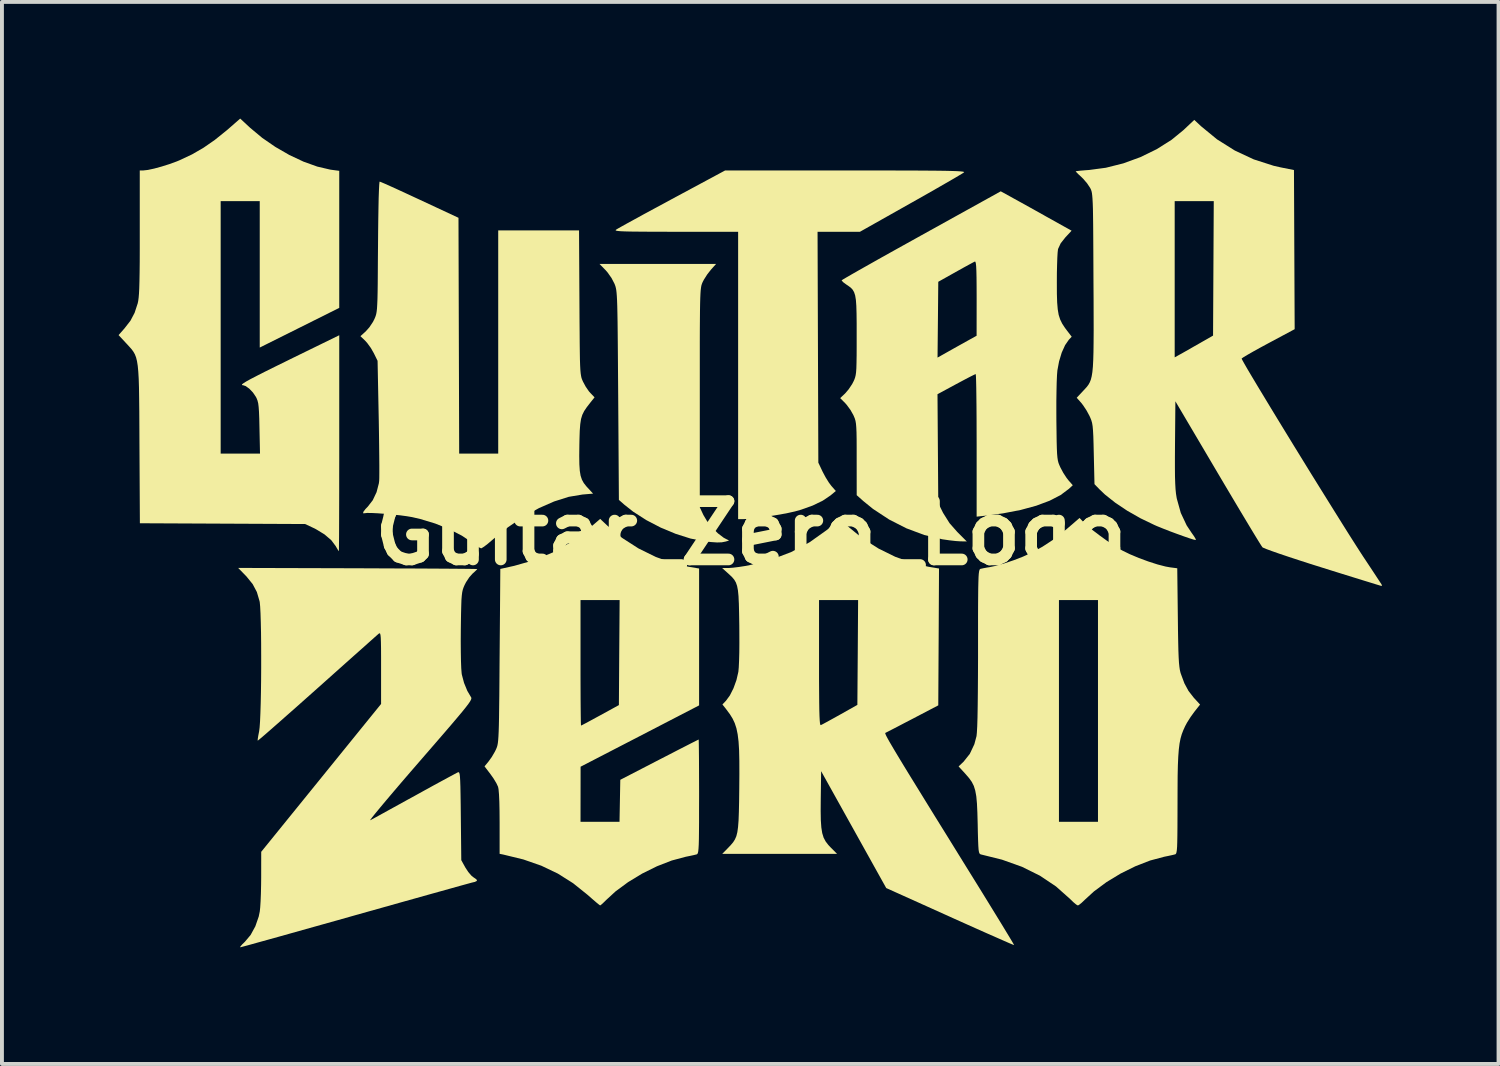
<source format=kicad_pcb>
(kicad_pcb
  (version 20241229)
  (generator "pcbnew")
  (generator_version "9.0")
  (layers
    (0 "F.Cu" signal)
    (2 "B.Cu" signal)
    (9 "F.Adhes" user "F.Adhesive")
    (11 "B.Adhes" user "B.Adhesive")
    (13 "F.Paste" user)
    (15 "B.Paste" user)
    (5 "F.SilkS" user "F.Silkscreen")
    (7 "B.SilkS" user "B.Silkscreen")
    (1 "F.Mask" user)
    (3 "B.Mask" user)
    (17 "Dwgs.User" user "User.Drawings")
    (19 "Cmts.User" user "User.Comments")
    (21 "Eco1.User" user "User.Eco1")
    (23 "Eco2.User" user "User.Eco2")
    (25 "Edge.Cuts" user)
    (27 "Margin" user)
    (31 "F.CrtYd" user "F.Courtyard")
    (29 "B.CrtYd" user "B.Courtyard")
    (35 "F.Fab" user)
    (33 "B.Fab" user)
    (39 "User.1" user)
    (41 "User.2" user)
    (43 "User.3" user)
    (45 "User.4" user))
  (footprint "Guitar_Zero_Logo"
    (layer "F.Cu")
    (at 16.259 10.662)
    (property "Reference" "Guitar_Zero_Logo" (at 0 0 0) (layer "F.SilkS") (effects (font (size 1.5 1.5) (thickness 0.3))))
    (attr board_only exclude_from_pos_files exclude_from_bom)
    (fp_poly (pts (xy -1.022 -6.776) (xy -1.117 -6.655) (xy -1.204 -6.518) (xy -1.233 -6.462) (xy -1.247 -6.431) (xy -1.259 -6.398) (xy -1.27 -6.36) (xy -1.278 -6.31) (xy -1.286 -6.245) (xy -1.292 -6.158) (xy -1.297 -6.046) (xy -1.301 -5.903) (xy -1.304 -5.724) (xy -1.306 -5.504) (xy -1.308 -5.238) (xy -1.309 -4.922) (xy -1.309 -4.551) (xy -1.309 -4.118) (xy -1.309 -3.621) (xy -1.309 -3.48) (xy -1.309 -0.664) (xy -1.217 -0.466) (xy -1.121 -0.305) (xy -0.989 -0.14) (xy -0.841 0.008) (xy -0.698 0.117) (xy -0.669 0.133) (xy -0.556 0.192) (xy -0.646 0.218) (xy -0.743 0.237) (xy -0.865 0.241) (xy -1.026 0.23) (xy -1.191 0.211) (xy -1.549 0.14) (xy -1.93 0.019) (xy -2.316 -0.142) (xy -2.687 -0.335) (xy -3.024 -0.552) (xy -3.247 -0.728) (xy -3.39 -0.853) (xy -3.408 -3.539) (xy -3.412 -4.041) (xy -3.415 -4.477) (xy -3.418 -4.852) (xy -3.421 -5.17) (xy -3.424 -5.437) (xy -3.428 -5.658) (xy -3.432 -5.839) (xy -3.437 -5.983) (xy -3.443 -6.097) (xy -3.45 -6.185) (xy -3.458 -6.253) (xy -3.468 -6.305) (xy -3.479 -6.348) (xy -3.492 -6.385) (xy -3.506 -6.419) (xy -3.58 -6.561) (xy -3.681 -6.704) (xy -3.738 -6.769) (xy -3.89 -6.924) (xy -2.389 -6.924) (xy -0.889 -6.924)) (stroke (width 0) (type solid)) (fill yes) (layer "F.SilkS"))
    (fp_poly (pts (xy 2.993 -9.328) (xy 3.476 -9.327) (xy 3.895 -9.326) (xy 4.255 -9.325) (xy 4.56 -9.323) (xy 4.813 -9.321) (xy 5.019 -9.318) (xy 5.182 -9.314) (xy 5.306 -9.31) (xy 5.394 -9.304) (xy 5.452 -9.298) (xy 5.483 -9.291) (xy 5.49 -9.282) (xy 5.488 -9.279) (xy 5.446 -9.251) (xy 5.348 -9.192) (xy 5.202 -9.106) (xy 5.013 -8.997) (xy 4.789 -8.868) (xy 4.537 -8.724) (xy 4.263 -8.569) (xy 4.121 -8.489) (xy 2.808 -7.749) (xy 2.264 -7.749) (xy 1.72 -7.749) (xy 1.73 -4.78) (xy 1.74 -1.812) (xy 1.851 -1.577) (xy 1.926 -1.436) (xy 2.009 -1.302) (xy 2.076 -1.212) (xy 2.19 -1.083) (xy 2.055 -0.97) (xy 1.854 -0.834) (xy 1.596 -0.709) (xy 1.297 -0.602) (xy 1.138 -0.557) (xy 0.967 -0.519) (xy 0.758 -0.479) (xy 0.528 -0.441) (xy 0.296 -0.407) (xy 0.082 -0.38) (xy -0.096 -0.363) (xy -0.201 -0.359) (xy -0.323 -0.359) (xy -0.323 -4.054) (xy -0.323 -7.749) (xy -1.928 -7.75) (xy -2.312 -7.751) (xy -2.63 -7.752) (xy -2.887 -7.754) (xy -3.09 -7.756) (xy -3.243 -7.76) (xy -3.353 -7.765) (xy -3.424 -7.772) (xy -3.463 -7.78) (xy -3.475 -7.79) (xy -3.466 -7.802) (xy -3.421 -7.83) (xy -3.32 -7.887) (xy -3.169 -7.971) (xy -2.975 -8.077) (xy -2.746 -8.203) (xy -2.487 -8.343) (xy -2.206 -8.494) (xy -2.028 -8.591) (xy -0.657 -9.328) (xy 2.442 -9.328)) (stroke (width 0) (type solid)) (fill yes) (layer "F.SilkS"))
    (fp_poly (pts (xy -12.873 -10.423) (xy -12.566 -10.167) (xy -12.225 -9.932) (xy -11.866 -9.725) (xy -11.502 -9.554) (xy -11.148 -9.427) (xy -10.818 -9.35) (xy -10.772 -9.343) (xy -10.583 -9.318) (xy -10.583 -7.556) (xy -10.583 -5.793) (xy -11.606 -5.282) (xy -12.628 -4.772) (xy -12.628 -6.655) (xy -12.628 -8.538) (xy -13.131 -8.538) (xy -13.633 -8.538) (xy -13.633 -5.292) (xy -13.633 -2.045) (xy -13.127 -2.045) (xy -12.621 -2.045) (xy -12.635 -2.7) (xy -12.64 -2.937) (xy -12.647 -3.114) (xy -12.656 -3.244) (xy -12.668 -3.339) (xy -12.686 -3.41) (xy -12.71 -3.471) (xy -12.727 -3.504) (xy -12.802 -3.615) (xy -12.895 -3.713) (xy -12.989 -3.781) (xy -13.055 -3.803) (xy -13.084 -3.807) (xy -13.085 -3.823) (xy -13.051 -3.852) (xy -12.98 -3.897) (xy -12.867 -3.96) (xy -12.707 -4.043) (xy -12.497 -4.15) (xy -12.231 -4.282) (xy -11.905 -4.442) (xy -11.839 -4.475) (xy -10.583 -5.089) (xy -10.583 -2.311) (xy -10.583 -1.872) (xy -10.584 -1.454) (xy -10.584 -1.063) (xy -10.585 -0.704) (xy -10.586 -0.383) (xy -10.587 -0.105) (xy -10.588 0.124) (xy -10.59 0.299) (xy -10.591 0.414) (xy -10.593 0.465) (xy -10.593 0.466) (xy -10.614 0.438) (xy -10.656 0.367) (xy -10.673 0.337) (xy -10.788 0.183) (xy -10.962 0.034) (xy -11.18 -0.099) (xy -11.25 -0.134) (xy -11.462 -0.233) (xy -13.587 -0.243) (xy -15.711 -0.253) (xy -15.722 -2.288) (xy -15.724 -2.743) (xy -15.726 -3.132) (xy -15.73 -3.461) (xy -15.734 -3.737) (xy -15.741 -3.965) (xy -15.752 -4.151) (xy -15.766 -4.302) (xy -15.785 -4.422) (xy -15.809 -4.519) (xy -15.84 -4.599) (xy -15.878 -4.666) (xy -15.923 -4.728) (xy -15.978 -4.79) (xy -16.041 -4.859) (xy -16.062 -4.881) (xy -16.259 -5.093) (xy -16.108 -5.264) (xy -15.954 -5.462) (xy -15.847 -5.665) (xy -15.768 -5.906) (xy -15.767 -5.908) (xy -15.754 -5.971) (xy -15.743 -6.053) (xy -15.734 -6.16) (xy -15.727 -6.299) (xy -15.722 -6.477) (xy -15.718 -6.7) (xy -15.715 -6.975) (xy -15.714 -7.308) (xy -15.714 -7.706) (xy -15.714 -7.721) (xy -15.714 -9.328) (xy -15.621 -9.328) (xy -15.505 -9.341) (xy -15.343 -9.376) (xy -15.152 -9.428) (xy -14.952 -9.491) (xy -14.762 -9.56) (xy -14.686 -9.592) (xy -14.369 -9.741) (xy -14.075 -9.911) (xy -13.784 -10.113) (xy -13.478 -10.359) (xy -13.373 -10.45) (xy -13.131 -10.662)) (stroke (width 0) (type solid)) (fill yes) (layer "F.SilkS"))
    (fp_poly (pts (xy -3.684 -0.189) (xy -3.307 0.124) (xy -2.887 0.394) (xy -2.439 0.615) (xy -1.978 0.779) (xy -1.597 0.866) (xy -1.327 0.911) (xy -1.327 2.672) (xy -1.327 4.432) (xy -2.851 5.221) (xy -4.375 6.009) (xy -4.376 6.718) (xy -4.377 7.426) (xy -3.876 7.426) (xy -3.374 7.426) (xy -3.364 6.886) (xy -3.354 6.346) (xy -2.352 5.828) (xy -2.105 5.701) (xy -1.881 5.585) (xy -1.685 5.485) (xy -1.525 5.403) (xy -1.41 5.345) (xy -1.348 5.314) (xy -1.338 5.31) (xy -1.336 5.344) (xy -1.334 5.443) (xy -1.332 5.599) (xy -1.33 5.804) (xy -1.329 6.05) (xy -1.328 6.331) (xy -1.327 6.638) (xy -1.327 6.778) (xy -1.328 7.142) (xy -1.328 7.441) (xy -1.33 7.681) (xy -1.332 7.869) (xy -1.336 8.011) (xy -1.342 8.114) (xy -1.349 8.184) (xy -1.359 8.228) (xy -1.371 8.252) (xy -1.385 8.263) (xy -1.39 8.264) (xy -1.458 8.281) (xy -1.569 8.305) (xy -1.668 8.325) (xy -2.031 8.422) (xy -2.411 8.57) (xy -2.791 8.758) (xy -3.152 8.977) (xy -3.476 9.216) (xy -3.711 9.432) (xy -3.792 9.511) (xy -3.851 9.564) (xy -3.873 9.577) (xy -3.906 9.553) (xy -3.981 9.492) (xy -4.086 9.401) (xy -4.193 9.307) (xy -4.568 9.006) (xy -4.961 8.758) (xy -5.384 8.556) (xy -5.849 8.394) (xy -6.367 8.268) (xy -6.377 8.266) (xy -6.458 8.25) (xy -6.458 7.449) (xy -6.46 7.159) (xy -6.465 6.914) (xy -6.474 6.721) (xy -6.486 6.586) (xy -6.498 6.526) (xy -6.541 6.434) (xy -6.613 6.314) (xy -6.692 6.202) (xy -6.846 6) (xy -6.74 5.871) (xy -6.659 5.758) (xy -6.58 5.622) (xy -6.555 5.571) (xy -6.539 5.535) (xy -6.525 5.498) (xy -6.513 5.454) (xy -6.503 5.398) (xy -6.495 5.325) (xy -6.488 5.227) (xy -6.482 5.101) (xy -6.477 4.94) (xy -6.473 4.738) (xy -6.47 4.491) (xy -6.466 4.191) (xy -6.463 3.834) (xy -6.46 3.414) (xy -6.458 3.161) (xy -6.446 1.722) (xy -4.377 1.722) (xy -4.377 3.336) (xy -4.377 3.669) (xy -4.376 3.979) (xy -4.375 4.258) (xy -4.373 4.5) (xy -4.371 4.697) (xy -4.369 4.842) (xy -4.366 4.929) (xy -4.364 4.951) (xy -4.33 4.935) (xy -4.244 4.89) (xy -4.118 4.822) (xy -3.962 4.737) (xy -3.871 4.688) (xy -3.39 4.424) (xy -3.381 3.073) (xy -3.371 1.722) (xy -3.874 1.722) (xy -4.377 1.722) (xy -6.446 1.722) (xy -6.44 0.922) (xy -6.081 0.842) (xy -5.557 0.693) (xy -5.074 0.491) (xy -4.621 0.231) (xy -4.186 -0.095) (xy -4.131 -0.142) (xy -3.871 -0.365)) (stroke (width 0) (type solid)) (fill yes) (layer "F.SilkS"))
    (fp_poly (pts (xy -9.504 -9.026) (xy -9.407 -8.985) (xy -9.262 -8.92) (xy -9.077 -8.836) (xy -8.86 -8.736) (xy -8.619 -8.624) (xy -8.513 -8.575) (xy -7.516 -8.11) (xy -7.507 -5.077) (xy -7.498 -2.045) (xy -6.996 -2.045) (xy -6.494 -2.045) (xy -6.494 -4.915) (xy -6.494 -7.785) (xy -5.454 -7.785) (xy -4.415 -7.785) (xy -4.405 -5.928) (xy -4.403 -5.516) (xy -4.4 -5.169) (xy -4.398 -4.882) (xy -4.395 -4.647) (xy -4.392 -4.458) (xy -4.387 -4.31) (xy -4.381 -4.196) (xy -4.373 -4.109) (xy -4.363 -4.043) (xy -4.352 -3.992) (xy -4.337 -3.95) (xy -4.32 -3.91) (xy -4.312 -3.893) (xy -4.243 -3.765) (xy -4.161 -3.646) (xy -4.123 -3.603) (xy -4.016 -3.492) (xy -4.128 -3.352) (xy -4.217 -3.237) (xy -4.283 -3.139) (xy -4.331 -3.042) (xy -4.364 -2.934) (xy -4.384 -2.802) (xy -4.397 -2.632) (xy -4.404 -2.411) (xy -4.407 -2.26) (xy -4.41 -1.985) (xy -4.407 -1.77) (xy -4.396 -1.604) (xy -4.375 -1.476) (xy -4.341 -1.374) (xy -4.293 -1.287) (xy -4.227 -1.203) (xy -4.195 -1.168) (xy -4.054 -1.015) (xy -4.326 -0.992) (xy -4.679 -0.933) (xy -5.055 -0.814) (xy -5.447 -0.642) (xy -5.844 -0.42) (xy -6.238 -0.154) (xy -6.619 0.153) (xy -6.651 0.181) (xy -6.763 0.276) (xy -6.857 0.348) (xy -6.921 0.388) (xy -6.935 0.392) (xy -6.984 0.369) (xy -7.069 0.314) (xy -7.157 0.248) (xy -7.428 0.067) (xy -7.753 -0.1) (xy -8.115 -0.246) (xy -8.498 -0.362) (xy -8.709 -0.411) (xy -8.845 -0.434) (xy -9.016 -0.457) (xy -9.207 -0.477) (xy -9.403 -0.495) (xy -9.588 -0.509) (xy -9.748 -0.517) (xy -9.867 -0.518) (xy -9.929 -0.511) (xy -9.97 -0.509) (xy -9.962 -0.548) (xy -9.909 -0.618) (xy -9.85 -0.679) (xy -9.722 -0.844) (xy -9.623 -1.053) (xy -9.564 -1.279) (xy -9.556 -1.341) (xy -9.553 -1.417) (xy -9.552 -1.556) (xy -9.552 -1.749) (xy -9.554 -1.987) (xy -9.557 -2.261) (xy -9.561 -2.562) (xy -9.566 -2.882) (xy -9.568 -2.978) (xy -9.597 -4.431) (xy -9.694 -4.628) (xy -9.77 -4.761) (xy -9.861 -4.886) (xy -9.914 -4.946) (xy -10.038 -5.065) (xy -9.902 -5.188) (xy -9.807 -5.295) (xy -9.717 -5.43) (xy -9.682 -5.498) (xy -9.662 -5.543) (xy -9.646 -5.586) (xy -9.632 -5.635) (xy -9.621 -5.696) (xy -9.612 -5.776) (xy -9.606 -5.882) (xy -9.6 -6.02) (xy -9.596 -6.197) (xy -9.593 -6.42) (xy -9.591 -6.696) (xy -9.589 -7.031) (xy -9.586 -7.363) (xy -9.583 -7.737) (xy -9.579 -8.074) (xy -9.574 -8.369) (xy -9.569 -8.618) (xy -9.562 -8.814) (xy -9.555 -8.953) (xy -9.548 -9.028) (xy -9.543 -9.041)) (stroke (width 0) (type solid)) (fill yes) (layer "F.SilkS"))
    (fp_poly (pts (xy 8.544 -0.298) (xy 8.648 -0.198) (xy 8.798 -0.074) (xy 8.977 0.062) (xy 9.167 0.199) (xy 9.354 0.325) (xy 9.52 0.426) (xy 9.556 0.447) (xy 9.752 0.543) (xy 9.983 0.64) (xy 10.227 0.73) (xy 10.463 0.806) (xy 10.671 0.86) (xy 10.787 0.881) (xy 10.972 0.905) (xy 10.987 2.166) (xy 10.991 2.51) (xy 10.996 2.791) (xy 11.001 3.017) (xy 11.008 3.194) (xy 11.016 3.332) (xy 11.027 3.439) (xy 11.039 3.521) (xy 11.055 3.589) (xy 11.066 3.623) (xy 11.156 3.865) (xy 11.261 4.059) (xy 11.395 4.232) (xy 11.415 4.254) (xy 11.559 4.411) (xy 11.413 4.595) (xy 11.316 4.729) (xy 11.223 4.876) (xy 11.176 4.964) (xy 11.128 5.069) (xy 11.088 5.173) (xy 11.056 5.285) (xy 11.031 5.413) (xy 11.012 5.565) (xy 10.998 5.748) (xy 10.988 5.971) (xy 10.982 6.243) (xy 10.98 6.57) (xy 10.979 6.949) (xy 10.978 7.289) (xy 10.977 7.564) (xy 10.975 7.782) (xy 10.972 7.949) (xy 10.968 8.071) (xy 10.961 8.157) (xy 10.952 8.212) (xy 10.941 8.244) (xy 10.926 8.26) (xy 10.915 8.264) (xy 10.847 8.281) (xy 10.736 8.305) (xy 10.637 8.325) (xy 10.274 8.422) (xy 9.894 8.57) (xy 9.514 8.758) (xy 9.153 8.977) (xy 8.83 9.216) (xy 8.594 9.432) (xy 8.51 9.512) (xy 8.443 9.565) (xy 8.415 9.578) (xy 8.372 9.554) (xy 8.297 9.491) (xy 8.216 9.412) (xy 7.853 9.089) (xy 7.441 8.813) (xy 6.979 8.584) (xy 6.464 8.4) (xy 5.932 8.268) (xy 5.906 8.26) (xy 5.887 8.243) (xy 5.873 8.208) (xy 5.862 8.145) (xy 5.855 8.045) (xy 5.849 7.898) (xy 5.843 7.697) (xy 5.839 7.489) (xy 5.831 7.193) (xy 5.82 6.957) (xy 5.803 6.771) (xy 5.776 6.623) (xy 5.739 6.503) (xy 5.687 6.4) (xy 5.618 6.303) (xy 5.529 6.2) (xy 5.523 6.193) (xy 5.348 6.002) (xy 5.476 5.88) (xy 5.636 5.679) (xy 5.753 5.431) (xy 5.809 5.221) (xy 5.818 5.13) (xy 5.827 4.97) (xy 5.834 4.742) (xy 5.839 4.448) (xy 5.843 4.09) (xy 5.846 3.671) (xy 5.848 3.193) (xy 5.848 2.974) (xy 5.848 2.539) (xy 5.848 2.171) (xy 5.849 1.864) (xy 5.85 1.722) (xy 7.929 1.722) (xy 7.929 4.574) (xy 7.929 7.426) (xy 8.431 7.426) (xy 8.933 7.426) (xy 8.933 4.574) (xy 8.933 1.722) (xy 8.431 1.722) (xy 7.929 1.722) (xy 5.85 1.722) (xy 5.851 1.612) (xy 5.853 1.409) (xy 5.857 1.251) (xy 5.861 1.131) (xy 5.867 1.045) (xy 5.875 0.986) (xy 5.884 0.95) (xy 5.895 0.93) (xy 5.908 0.921) (xy 5.911 0.92) (xy 5.984 0.904) (xy 6.093 0.884) (xy 6.135 0.878) (xy 6.315 0.84) (xy 6.535 0.776) (xy 6.771 0.696) (xy 7.001 0.607) (xy 7.201 0.516) (xy 7.211 0.511) (xy 7.506 0.35) (xy 7.776 0.173) (xy 8.049 -0.038) (xy 8.175 -0.144) (xy 8.459 -0.389)) (stroke (width 0) (type solid)) (fill yes) (layer "F.SilkS"))
    (fp_poly (pts (xy 2.535 -0.143) (xy 2.887 0.144) (xy 3.287 0.397) (xy 3.717 0.609) (xy 4.16 0.769) (xy 4.567 0.865) (xy 4.844 0.911) (xy 4.835 2.671) (xy 4.825 4.431) (xy 4.162 4.778) (xy 3.961 4.882) (xy 3.782 4.976) (xy 3.633 5.053) (xy 3.526 5.108) (xy 3.469 5.137) (xy 3.463 5.139) (xy 3.46 5.148) (xy 3.467 5.171) (xy 3.485 5.212) (xy 3.517 5.273) (xy 3.564 5.358) (xy 3.629 5.469) (xy 3.713 5.611) (xy 3.818 5.786) (xy 3.946 5.997) (xy 4.1 6.249) (xy 4.281 6.542) (xy 4.491 6.883) (xy 4.731 7.272) (xy 5.005 7.713) (xy 5.313 8.211) (xy 5.534 8.568) (xy 5.748 8.913) (xy 5.95 9.239) (xy 6.137 9.543) (xy 6.306 9.818) (xy 6.454 10.059) (xy 6.577 10.262) (xy 6.674 10.422) (xy 6.74 10.533) (xy 6.772 10.59) (xy 6.775 10.597) (xy 6.741 10.585) (xy 6.648 10.546) (xy 6.502 10.482) (xy 6.309 10.397) (xy 6.075 10.294) (xy 5.808 10.175) (xy 5.513 10.043) (xy 5.196 9.901) (xy 5.124 9.868) (xy 3.486 9.13) (xy 2.649 7.627) (xy 1.812 6.124) (xy 1.802 6.853) (xy 1.8 7.15) (xy 1.804 7.386) (xy 1.817 7.571) (xy 1.84 7.717) (xy 1.876 7.834) (xy 1.928 7.932) (xy 1.997 8.022) (xy 2.067 8.096) (xy 2.222 8.251) (xy 0.745 8.251) (xy -0.732 8.251) (xy -0.583 8.099) (xy -0.51 8.022) (xy -0.451 7.952) (xy -0.405 7.879) (xy -0.369 7.796) (xy -0.343 7.692) (xy -0.325 7.56) (xy -0.312 7.392) (xy -0.304 7.177) (xy -0.298 6.908) (xy -0.294 6.577) (xy -0.291 6.186) (xy -0.292 5.859) (xy -0.298 5.587) (xy -0.312 5.362) (xy -0.335 5.176) (xy -0.367 5.021) (xy -0.41 4.889) (xy -0.465 4.772) (xy -0.534 4.66) (xy -0.618 4.547) (xy -0.619 4.545) (xy -0.727 4.408) (xy -0.635 4.312) (xy -0.535 4.175) (xy -0.442 3.99) (xy -0.366 3.78) (xy -0.317 3.568) (xy -0.317 3.567) (xy -0.307 3.458) (xy -0.299 3.29) (xy -0.293 3.072) (xy -0.291 2.816) (xy -0.292 2.534) (xy -0.293 2.373) (xy -0.298 2.064) (xy -0.304 1.817) (xy -0.309 1.722) (xy 1.758 1.722) (xy 1.758 3.34) (xy 1.758 3.737) (xy 1.76 4.067) (xy 1.762 4.336) (xy 1.765 4.548) (xy 1.77 4.709) (xy 1.776 4.823) (xy 1.783 4.896) (xy 1.793 4.934) (xy 1.803 4.94) (xy 1.849 4.917) (xy 1.945 4.865) (xy 2.078 4.792) (xy 2.237 4.704) (xy 2.296 4.671) (xy 2.744 4.419) (xy 2.754 3.07) (xy 2.763 1.722) (xy 2.261 1.722) (xy 1.758 1.722) (xy -0.309 1.722) (xy -0.313 1.624) (xy -0.328 1.474) (xy -0.35 1.359) (xy -0.381 1.27) (xy -0.424 1.197) (xy -0.48 1.131) (xy -0.552 1.063) (xy -0.586 1.032) (xy -0.735 0.899) (xy -0.566 0.898) (xy -0.455 0.89) (xy -0.3 0.871) (xy -0.127 0.844) (xy -0.045 0.829) (xy 0.518 0.687) (xy 1.037 0.49) (xy 1.516 0.235) (xy 1.959 -0.08) (xy 2.076 -0.179) (xy 2.295 -0.368)) (stroke (width 0) (type solid)) (fill yes) (layer "F.SilkS"))
    (fp_poly (pts (xy 6.669 -8.661) (xy 6.773 -8.603) (xy 6.927 -8.518) (xy 7.115 -8.414) (xy 7.325 -8.297) (xy 7.542 -8.176) (xy 7.58 -8.154) (xy 8.254 -7.778) (xy 8.094 -7.606) (xy 7.974 -7.454) (xy 7.909 -7.314) (xy 7.904 -7.296) (xy 7.895 -7.217) (xy 7.887 -7.081) (xy 7.881 -6.9) (xy 7.876 -6.688) (xy 7.875 -6.459) (xy 7.875 -6.44) (xy 7.876 -6.156) (xy 7.883 -5.931) (xy 7.898 -5.754) (xy 7.922 -5.613) (xy 7.96 -5.495) (xy 8.012 -5.388) (xy 8.082 -5.281) (xy 8.132 -5.214) (xy 8.257 -5.051) (xy 8.184 -4.974) (xy 8.087 -4.834) (xy 8 -4.642) (xy 7.932 -4.416) (xy 7.889 -4.185) (xy 7.879 -4.063) (xy 7.871 -3.882) (xy 7.866 -3.655) (xy 7.862 -3.396) (xy 7.862 -3.116) (xy 7.863 -2.881) (xy 7.867 -2.587) (xy 7.87 -2.356) (xy 7.875 -2.177) (xy 7.881 -2.042) (xy 7.89 -1.941) (xy 7.902 -1.864) (xy 7.918 -1.803) (xy 7.94 -1.747) (xy 7.967 -1.687) (xy 7.968 -1.685) (xy 8.04 -1.55) (xy 8.125 -1.42) (xy 8.173 -1.358) (xy 8.285 -1.231) (xy 8.187 -1.14) (xy 7.971 -0.978) (xy 7.688 -0.832) (xy 7.345 -0.704) (xy 6.944 -0.595) (xy 6.492 -0.508) (xy 6.036 -0.447) (xy 5.812 -0.423) (xy 5.812 -2.257) (xy 5.811 -2.612) (xy 5.81 -2.944) (xy 5.808 -3.247) (xy 5.805 -3.514) (xy 5.802 -3.738) (xy 5.798 -3.913) (xy 5.794 -4.031) (xy 5.789 -4.087) (xy 5.788 -4.09) (xy 5.749 -4.074) (xy 5.659 -4.029) (xy 5.53 -3.962) (xy 5.372 -3.878) (xy 5.284 -3.831) (xy 4.805 -3.572) (xy 4.815 -2.171) (xy 4.825 -0.77) (xy 4.948 -0.521) (xy 5.115 -0.255) (xy 5.314 -0.029) (xy 5.558 0.215) (xy 5.389 0.212) (xy 5.271 0.204) (xy 5.113 0.186) (xy 4.947 0.162) (xy 4.922 0.158) (xy 4.464 0.049) (xy 4.005 -0.123) (xy 3.561 -0.349) (xy 3.147 -0.621) (xy 2.897 -0.824) (xy 2.727 -0.975) (xy 2.726 -1.913) (xy 2.726 -2.198) (xy 2.725 -2.421) (xy 2.722 -2.591) (xy 2.716 -2.719) (xy 2.708 -2.814) (xy 2.696 -2.886) (xy 2.679 -2.945) (xy 2.656 -3.001) (xy 2.641 -3.035) (xy 2.566 -3.168) (xy 2.472 -3.296) (xy 2.429 -3.345) (xy 2.302 -3.472) (xy 2.429 -3.592) (xy 2.521 -3.7) (xy 2.609 -3.832) (xy 2.641 -3.893) (xy 2.666 -3.947) (xy 2.685 -4) (xy 2.7 -4.061) (xy 2.711 -4.138) (xy 2.718 -4.24) (xy 2.722 -4.379) (xy 2.724 -4.514) (xy 4.806 -4.514) (xy 5.067 -4.661) (xy 5.232 -4.754) (xy 5.413 -4.855) (xy 5.569 -4.942) (xy 5.811 -5.076) (xy 5.812 -6.04) (xy 5.811 -6.339) (xy 5.809 -6.572) (xy 5.805 -6.747) (xy 5.799 -6.869) (xy 5.79 -6.945) (xy 5.778 -6.981) (xy 5.767 -6.985) (xy 5.721 -6.962) (xy 5.625 -6.91) (xy 5.491 -6.837) (xy 5.333 -6.749) (xy 5.274 -6.716) (xy 4.825 -6.464) (xy 4.816 -5.489) (xy 4.806 -4.514) (xy 2.724 -4.514) (xy 2.725 -4.561) (xy 2.726 -4.798) (xy 2.726 -5.076) (xy 2.726 -5.393) (xy 2.723 -5.647) (xy 2.717 -5.846) (xy 2.706 -5.998) (xy 2.687 -6.113) (xy 2.659 -6.198) (xy 2.621 -6.263) (xy 2.571 -6.315) (xy 2.506 -6.363) (xy 2.459 -6.394) (xy 2.383 -6.45) (xy 2.343 -6.493) (xy 2.341 -6.502) (xy 2.373 -6.524) (xy 2.463 -6.577) (xy 2.605 -6.659) (xy 2.794 -6.767) (xy 3.025 -6.897) (xy 3.292 -7.048) (xy 3.591 -7.215) (xy 3.916 -7.396) (xy 4.262 -7.588) (xy 4.391 -7.66) (xy 6.432 -8.791)) (stroke (width 0) (type solid)) (fill yes) (layer "F.SilkS"))
    (fp_poly (pts (xy 11.582 -10.467) (xy 11.996 -10.127) (xy 12.453 -9.84) (xy 12.941 -9.612) (xy 13.451 -9.448) (xy 13.636 -9.406) (xy 13.974 -9.338) (xy 13.983 -7.292) (xy 13.992 -5.245) (xy 13.31 -4.88) (xy 13.11 -4.772) (xy 12.933 -4.674) (xy 12.788 -4.591) (xy 12.685 -4.53) (xy 12.633 -4.494) (xy 12.628 -4.488) (xy 12.647 -4.448) (xy 12.7 -4.353) (xy 12.784 -4.207) (xy 12.897 -4.017) (xy 13.034 -3.788) (xy 13.193 -3.525) (xy 13.369 -3.234) (xy 13.56 -2.92) (xy 13.763 -2.588) (xy 13.973 -2.245) (xy 14.188 -1.896) (xy 14.404 -1.545) (xy 14.619 -1.199) (xy 14.828 -0.863) (xy 15.028 -0.542) (xy 15.216 -0.241) (xy 15.388 0.033) (xy 15.542 0.275) (xy 15.674 0.481) (xy 15.78 0.644) (xy 15.782 0.646) (xy 15.908 0.836) (xy 16.021 1.007) (xy 16.115 1.15) (xy 16.184 1.255) (xy 16.222 1.312) (xy 16.226 1.318) (xy 16.237 1.356) (xy 16.227 1.36) (xy 16.187 1.349) (xy 16.087 1.319) (xy 15.932 1.271) (xy 15.73 1.209) (xy 15.488 1.134) (xy 15.214 1.049) (xy 14.913 0.955) (xy 14.709 0.891) (xy 14.394 0.792) (xy 14.1 0.697) (xy 13.832 0.609) (xy 13.6 0.531) (xy 13.409 0.464) (xy 13.268 0.412) (xy 13.184 0.377) (xy 13.163 0.365) (xy 13.135 0.324) (xy 13.074 0.227) (xy 12.983 0.079) (xy 12.866 -0.114) (xy 12.726 -0.347) (xy 12.566 -0.614) (xy 12.391 -0.908) (xy 12.202 -1.226) (xy 12.015 -1.542) (xy 10.924 -3.39) (xy 10.914 -2.278) (xy 10.912 -1.941) (xy 10.912 -1.667) (xy 10.914 -1.446) (xy 10.92 -1.269) (xy 10.928 -1.127) (xy 10.94 -1.011) (xy 10.956 -0.91) (xy 10.961 -0.885) (xy 11.063 -0.519) (xy 11.214 -0.198) (xy 11.339 -0.01) (xy 11.406 0.085) (xy 11.446 0.153) (xy 11.449 0.179) (xy 11.449 0.179) (xy 11.392 0.167) (xy 11.283 0.133) (xy 11.136 0.082) (xy 10.964 0.02) (xy 10.783 -0.047) (xy 10.607 -0.116) (xy 10.449 -0.18) (xy 10.379 -0.211) (xy 10.024 -0.382) (xy 9.684 -0.576) (xy 9.375 -0.783) (xy 9.112 -0.992) (xy 8.969 -1.128) (xy 8.843 -1.259) (xy 8.825 -2.038) (xy 8.819 -2.295) (xy 8.813 -2.492) (xy 8.805 -2.641) (xy 8.795 -2.751) (xy 8.781 -2.835) (xy 8.761 -2.904) (xy 8.735 -2.969) (xy 8.714 -3.015) (xy 8.64 -3.152) (xy 8.553 -3.284) (xy 8.504 -3.348) (xy 8.386 -3.481) (xy 8.547 -3.653) (xy 8.601 -3.711) (xy 8.648 -3.763) (xy 8.688 -3.817) (xy 8.721 -3.876) (xy 8.749 -3.946) (xy 8.771 -4.033) (xy 8.789 -4.143) (xy 8.802 -4.281) (xy 8.811 -4.452) (xy 8.817 -4.662) (xy 8.82 -4.917) (xy 8.822 -5.221) (xy 8.821 -5.581) (xy 8.82 -6.003) (xy 8.817 -6.461) (xy 8.815 -6.921) (xy 8.813 -7.315) (xy 8.811 -7.648) (xy 8.809 -7.926) (xy 8.806 -8.154) (xy 8.803 -8.338) (xy 8.798 -8.484) (xy 8.795 -8.538) (xy 10.906 -8.538) (xy 10.906 -6.529) (xy 10.906 -4.52) (xy 11.113 -4.635) (xy 11.244 -4.709) (xy 11.406 -4.802) (xy 11.57 -4.895) (xy 11.606 -4.916) (xy 11.893 -5.08) (xy 11.902 -6.809) (xy 11.911 -8.538) (xy 11.409 -8.538) (xy 10.906 -8.538) (xy 8.795 -8.538) (xy 8.792 -8.597) (xy 8.785 -8.682) (xy 8.777 -8.746) (xy 8.767 -8.793) (xy 8.755 -8.829) (xy 8.741 -8.86) (xy 8.729 -8.882) (xy 8.654 -8.995) (xy 8.553 -9.113) (xy 8.505 -9.16) (xy 8.425 -9.234) (xy 8.372 -9.288) (xy 8.359 -9.304) (xy 8.392 -9.312) (xy 8.481 -9.322) (xy 8.61 -9.333) (xy 8.691 -9.339) (xy 9.135 -9.397) (xy 9.585 -9.51) (xy 10.026 -9.671) (xy 10.444 -9.875) (xy 10.823 -10.114) (xy 11.128 -10.363) (xy 11.41 -10.628)) (stroke (width 0) (type solid)) (fill yes) (layer "F.SilkS"))
    (fp_poly (pts (xy -10.107 0.905) (xy -9.644 0.907) (xy -9.203 0.909) (xy -8.787 0.91) (xy -8.403 0.912) (xy -8.056 0.914) (xy -7.751 0.916) (xy -7.492 0.918) (xy -7.286 0.92) (xy -7.138 0.922) (xy -7.052 0.924) (xy -7.032 0.925) (xy -7.056 0.952) (xy -7.117 1.01) (xy -7.153 1.041) (xy -7.238 1.137) (xy -7.322 1.264) (xy -7.359 1.336) (xy -7.385 1.396) (xy -7.405 1.454) (xy -7.42 1.521) (xy -7.431 1.606) (xy -7.44 1.719) (xy -7.445 1.869) (xy -7.45 2.067) (xy -7.454 2.321) (xy -7.456 2.48) (xy -7.458 2.782) (xy -7.456 3.055) (xy -7.452 3.29) (xy -7.445 3.476) (xy -7.435 3.604) (xy -7.43 3.639) (xy -7.373 3.853) (xy -7.289 4.058) (xy -7.196 4.216) (xy -7.186 4.233) (xy -7.185 4.256) (xy -7.195 4.288) (xy -7.22 4.333) (xy -7.263 4.396) (xy -7.328 4.481) (xy -7.418 4.593) (xy -7.537 4.735) (xy -7.687 4.912) (xy -7.873 5.129) (xy -8.097 5.388) (xy -8.364 5.696) (xy -8.506 5.86) (xy -8.752 6.144) (xy -8.981 6.41) (xy -9.189 6.654) (xy -9.372 6.87) (xy -9.527 7.055) (xy -9.65 7.204) (xy -9.736 7.311) (xy -9.783 7.374) (xy -9.787 7.388) (xy -9.737 7.36) (xy -9.631 7.303) (xy -9.479 7.219) (xy -9.289 7.114) (xy -9.067 6.992) (xy -8.823 6.857) (xy -8.645 6.76) (xy -8.392 6.62) (xy -8.156 6.49) (xy -7.946 6.376) (xy -7.771 6.281) (xy -7.637 6.209) (xy -7.553 6.164) (xy -7.527 6.152) (xy -7.51 6.15) (xy -7.497 6.165) (xy -7.486 6.202) (xy -7.478 6.269) (xy -7.472 6.372) (xy -7.467 6.52) (xy -7.463 6.719) (xy -7.459 6.976) (xy -7.456 7.271) (xy -7.444 8.413) (xy -7.339 8.603) (xy -7.264 8.718) (xy -7.183 8.812) (xy -7.132 8.853) (xy -7.053 8.908) (xy -7.04 8.945) (xy -7.095 8.972) (xy -7.13 8.98) (xy -7.179 8.992) (xy -7.292 9.023) (xy -7.463 9.07) (xy -7.688 9.133) (xy -7.96 9.209) (xy -8.276 9.297) (xy -8.629 9.396) (xy -9.015 9.504) (xy -9.427 9.62) (xy -9.862 9.742) (xy -10.164 9.827) (xy -10.609 9.953) (xy -11.034 10.072) (xy -11.434 10.184) (xy -11.804 10.288) (xy -12.139 10.382) (xy -12.434 10.464) (xy -12.684 10.533) (xy -12.884 10.589) (xy -13.028 10.628) (xy -13.112 10.65) (xy -13.132 10.655) (xy -13.126 10.634) (xy -13.077 10.577) (xy -13.009 10.511) (xy -12.863 10.337) (xy -12.741 10.114) (xy -12.654 9.863) (xy -12.627 9.732) (xy -12.616 9.628) (xy -12.606 9.468) (xy -12.598 9.27) (xy -12.593 9.049) (xy -12.591 8.861) (xy -12.59 8.198) (xy -11.048 6.296) (xy -9.507 4.395) (xy -9.507 3.466) (xy -9.507 3.184) (xy -9.508 2.966) (xy -9.511 2.806) (xy -9.515 2.694) (xy -9.522 2.623) (xy -9.532 2.586) (xy -9.545 2.576) (xy -9.562 2.584) (xy -9.57 2.59) (xy -9.608 2.623) (xy -9.694 2.699) (xy -9.824 2.815) (xy -9.992 2.965) (xy -10.194 3.144) (xy -10.424 3.349) (xy -10.677 3.575) (xy -10.949 3.818) (xy -11.151 3.998) (xy -11.431 4.247) (xy -11.694 4.481) (xy -11.937 4.695) (xy -12.153 4.886) (xy -12.339 5.049) (xy -12.489 5.18) (xy -12.599 5.274) (xy -12.665 5.328) (xy -12.681 5.34) (xy -12.68 5.301) (xy -12.666 5.212) (xy -12.643 5.094) (xy -12.631 4.997) (xy -12.62 4.839) (xy -12.611 4.629) (xy -12.603 4.377) (xy -12.597 4.094) (xy -12.593 3.79) (xy -12.591 3.473) (xy -12.591 3.156) (xy -12.592 2.846) (xy -12.595 2.556) (xy -12.601 2.293) (xy -12.608 2.069) (xy -12.617 1.893) (xy -12.628 1.776) (xy -12.633 1.751) (xy -12.702 1.516) (xy -12.81 1.312) (xy -12.97 1.115) (xy -12.999 1.085) (xy -13.183 0.896)) (stroke (width 0) (type solid)) (fill yes) (layer "F.SilkS")))
  (gr_rect
    (start -3 -3)
    (end 35.495 24.317)
    (stroke (width 0.1) (type default))
    (fill no)
    (layer "Edge.Cuts")))
</source>
